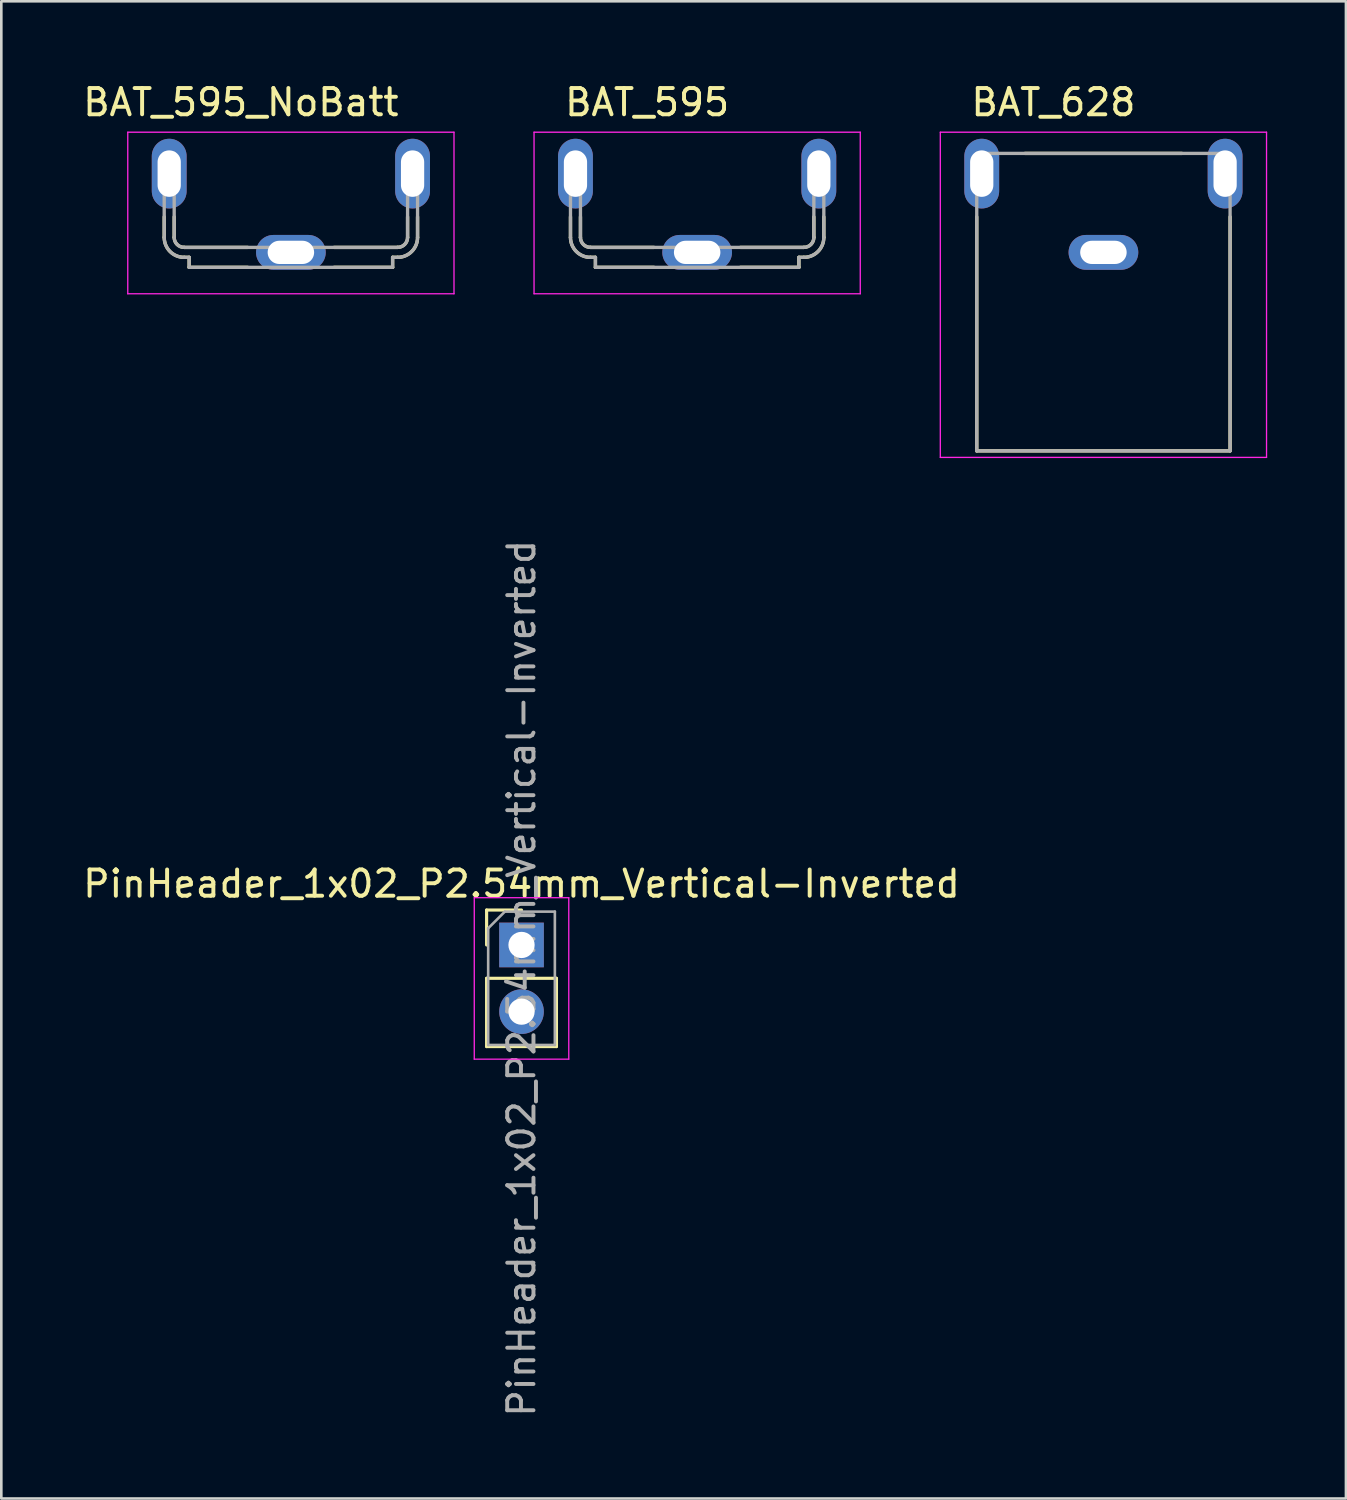
<source format=kicad_pcb>
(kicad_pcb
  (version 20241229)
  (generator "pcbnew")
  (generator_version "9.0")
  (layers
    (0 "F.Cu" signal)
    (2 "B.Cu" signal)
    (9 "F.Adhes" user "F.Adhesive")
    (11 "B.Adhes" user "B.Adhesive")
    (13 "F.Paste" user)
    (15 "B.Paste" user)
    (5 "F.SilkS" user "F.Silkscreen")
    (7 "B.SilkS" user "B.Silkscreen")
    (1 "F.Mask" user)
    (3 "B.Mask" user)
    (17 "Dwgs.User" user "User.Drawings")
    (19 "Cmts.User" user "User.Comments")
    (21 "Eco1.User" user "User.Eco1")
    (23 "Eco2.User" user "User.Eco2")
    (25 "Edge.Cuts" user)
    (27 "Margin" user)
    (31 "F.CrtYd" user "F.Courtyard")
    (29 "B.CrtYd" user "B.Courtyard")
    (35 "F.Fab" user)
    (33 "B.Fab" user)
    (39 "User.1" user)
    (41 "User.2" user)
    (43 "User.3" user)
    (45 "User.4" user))
  (footprint "BAT_595"
    (layer "F.Cu")
    (at 23.505 6.563)
    (property "Reference" "BAT_595" (at -1.905 -5.715 0) (layer "F.SilkS") (effects (font (size 1 1) (thickness 0.15))))
    (attr through_hole)
    (fp_line (start -4.825 -0.57) (end -4.825 -1.353) (stroke (width 0.127) (type solid)) (layer "F.SilkS"))
    (fp_line (start -4.445 -0.57) (end -4.445 -1.353) (stroke (width 0.127) (type solid)) (layer "F.SilkS"))
    (fp_line (start -4.065 0.19) (end -3.875 0.19) (stroke (width 0.127) (type solid)) (layer "F.SilkS"))
    (fp_line (start -3.875 0.19) (end -3.875 0.57) (stroke (width 0.127) (type solid)) (layer "F.SilkS"))
    (fp_line (start -3.875 0.57) (end -1.647 0.57) (stroke (width 0.127) (type solid)) (layer "F.SilkS"))
    (fp_line (start -1.647 -0.19) (end -4.065 -0.19) (stroke (width 0.127) (type solid)) (layer "F.SilkS"))
    (fp_line (start 1.647 0.57) (end 3.875 0.57) (stroke (width 0.127) (type solid)) (layer "F.SilkS"))
    (fp_line (start 3.875 0.19) (end 4.065 0.19) (stroke (width 0.127) (type solid)) (layer "F.SilkS"))
    (fp_line (start 3.875 0.57) (end 3.875 0.19) (stroke (width 0.127) (type solid)) (layer "F.SilkS"))
    (fp_line (start 4.065 -0.19) (end 1.647 -0.19) (stroke (width 0.127) (type solid)) (layer "F.SilkS"))
    (fp_line (start 4.445 -0.57) (end 4.445 -1.353) (stroke (width 0.127) (type solid)) (layer "F.SilkS"))
    (fp_line (start 4.825 -0.57) (end 4.825 -1.353) (stroke (width 0.127) (type solid)) (layer "F.SilkS"))
    (fp_arc (start -4.065 -0.19) (mid -4.333701 -0.301299) (end -4.445 -0.57) (stroke (width 0.127) (type solid)) (layer "F.SilkS"))
    (fp_arc (start -4.065 0.19) (mid -4.602401 -0.032599) (end -4.825 -0.57) (stroke (width 0.127) (type solid)) (layer "F.SilkS"))
    (fp_arc (start 4.445 -0.57) (mid 4.333701 -0.301299) (end 4.065 -0.19) (stroke (width 0.127) (type solid)) (layer "F.SilkS"))
    (fp_arc (start 4.825 -0.57) (mid 4.602401 -0.032599) (end 4.065 0.19) (stroke (width 0.127) (type solid)) (layer "F.SilkS"))
    (fp_line (start -6.213 -4.577) (end -6.213 1.577) (stroke (width 0.05) (type solid)) (layer "F.CrtYd"))
    (fp_line (start -6.213 1.577) (end 6.213 1.577) (stroke (width 0.05) (type solid)) (layer "F.CrtYd"))
    (fp_line (start 6.213 -4.577) (end -6.213 -4.577) (stroke (width 0.05) (type solid)) (layer "F.CrtYd"))
    (fp_line (start 6.213 1.577) (end 6.213 -4.577) (stroke (width 0.05) (type solid)) (layer "F.CrtYd"))
    (fp_line (start -4.825 -3.77) (end -4.825 -0.57) (stroke (width 0.127) (type solid)) (layer "F.Fab"))
    (fp_line (start -4.445 -3.77) (end -4.825 -3.77) (stroke (width 0.127) (type solid)) (layer "F.Fab"))
    (fp_line (start -4.445 -0.57) (end -4.445 -3.77) (stroke (width 0.127) (type solid)) (layer "F.Fab"))
    (fp_line (start -4.065 0.19) (end -3.875 0.19) (stroke (width 0.127) (type solid)) (layer "F.Fab"))
    (fp_line (start -3.875 0.19) (end -3.875 0.57) (stroke (width 0.127) (type solid)) (layer "F.Fab"))
    (fp_line (start -3.875 0.57) (end 3.875 0.57) (stroke (width 0.127) (type solid)) (layer "F.Fab"))
    (fp_line (start 3.875 0.19) (end 4.065 0.19) (stroke (width 0.127) (type solid)) (layer "F.Fab"))
    (fp_line (start 3.875 0.57) (end 3.875 0.19) (stroke (width 0.127) (type solid)) (layer "F.Fab"))
    (fp_line (start 4.065 -0.19) (end -4.065 -0.19) (stroke (width 0.127) (type solid)) (layer "F.Fab"))
    (fp_line (start 4.445 -3.77) (end 4.445 -0.57) (stroke (width 0.127) (type solid)) (layer "F.Fab"))
    (fp_line (start 4.825 -3.77) (end 4.445 -3.77) (stroke (width 0.127) (type solid)) (layer "F.Fab"))
    (fp_line (start 4.825 -0.57) (end 4.825 -3.77) (stroke (width 0.127) (type solid)) (layer "F.Fab"))
    (fp_arc (start -4.065 -0.19) (mid -4.333701 -0.301299) (end -4.445 -0.57) (stroke (width 0.127) (type solid)) (layer "F.Fab"))
    (fp_arc (start -4.065 0.19) (mid -4.602401 -0.032599) (end -4.825 -0.57) (stroke (width 0.127) (type solid)) (layer "F.Fab"))
    (fp_arc (start 4.445 -0.57) (mid 4.333701 -0.301299) (end 4.065 -0.19) (stroke (width 0.127) (type solid)) (layer "F.Fab"))
    (fp_arc (start 4.825 -0.57) (mid 4.602401 -0.032599) (end 4.065 0.19) (stroke (width 0.127) (type solid)) (layer "F.Fab"))
    (pad "P1" thru_hole oval (at -4.635 -3) (size 1.327 2.655) (drill oval 0.885 1.77) (layers "*.Cu" "*.Mask"))
    (pad "P1" thru_hole oval (at 0 0) (size 2.655 1.327) (drill oval 1.77 0.885) (layers "*.Cu" "*.Mask"))
    (pad "P1" thru_hole oval (at 4.635 -3) (size 1.327 2.655) (drill oval 0.885 1.77) (layers "*.Cu" "*.Mask")))
  (footprint "BAT_628"
    (layer "F.Cu")
    (at 38.98 6.563)
    (property "Reference" "BAT_628" (at -1.905 -5.715 0) (layer "F.SilkS") (effects (font (size 1 1) (thickness 0.15))))
    (attr through_hole)
    (fp_line (start -4.825 7.56) (end -4.825 -1.353) (stroke (width 0.127) (type solid)) (layer "F.SilkS"))
    (fp_line (start -2.987 -3.77) (end 2.987 -3.77) (stroke (width 0.127) (type solid)) (layer "F.SilkS"))
    (fp_line (start 4.825 7.56) (end -4.825 7.56) (stroke (width 0.127) (type solid)) (layer "F.SilkS"))
    (fp_line (start 4.825 7.56) (end 4.825 -1.353) (stroke (width 0.127) (type solid)) (layer "F.SilkS"))
    (fp_line (start -6.213 -4.577) (end -6.213 7.81) (stroke (width 0.05) (type solid)) (layer "F.CrtYd"))
    (fp_line (start -6.213 7.81) (end 6.213 7.81) (stroke (width 0.05) (type solid)) (layer "F.CrtYd"))
    (fp_line (start 6.213 -4.577) (end -6.213 -4.577) (stroke (width 0.05) (type solid)) (layer "F.CrtYd"))
    (fp_line (start 6.213 7.81) (end 6.213 -4.577) (stroke (width 0.05) (type solid)) (layer "F.CrtYd"))
    (fp_line (start -4.825 -3.77) (end 4.825 -3.77) (stroke (width 0.127) (type solid)) (layer "F.Fab"))
    (fp_line (start -4.825 7.56) (end -4.825 -3.77) (stroke (width 0.127) (type solid)) (layer "F.Fab"))
    (fp_line (start 4.825 -3.77) (end 4.825 7.56) (stroke (width 0.127) (type solid)) (layer "F.Fab"))
    (fp_line (start 4.825 7.56) (end -4.825 7.56) (stroke (width 0.127) (type solid)) (layer "F.Fab"))
    (pad "N1" thru_hole oval (at -4.635 -3) (size 1.327 2.655) (drill oval 0.885 1.77) (layers "*.Cu" "*.Mask"))
    (pad "N1" thru_hole oval (at 0 0) (size 2.655 1.327) (drill oval 1.77 0.885) (layers "*.Cu" "*.Mask"))
    (pad "N1" thru_hole oval (at 4.635 -3) (size 1.327 2.655) (drill oval 0.885 1.77) (layers "*.Cu" "*.Mask")))
  (footprint "BAT_595_NoBatt"
    (layer "F.Cu")
    (at 8.03 6.563)
    (property "Reference" "BAT_595_NoBatt" (at -1.905 -5.715 0) (layer "F.SilkS") (effects (font (size 1 1) (thickness 0.15))))
    (attr through_hole)
    (fp_line (start -4.825 -0.57) (end -4.825 -1.353) (stroke (width 0.127) (type solid)) (layer "F.SilkS"))
    (fp_line (start -4.445 -0.57) (end -4.445 -1.353) (stroke (width 0.127) (type solid)) (layer "F.SilkS"))
    (fp_line (start -4.065 0.19) (end -3.875 0.19) (stroke (width 0.127) (type solid)) (layer "F.SilkS"))
    (fp_line (start -3.875 0.19) (end -3.875 0.57) (stroke (width 0.127) (type solid)) (layer "F.SilkS"))
    (fp_line (start -3.875 0.57) (end -1.647 0.57) (stroke (width 0.127) (type solid)) (layer "F.SilkS"))
    (fp_line (start -1.647 -0.19) (end -4.065 -0.19) (stroke (width 0.127) (type solid)) (layer "F.SilkS"))
    (fp_line (start 1.647 0.57) (end 3.875 0.57) (stroke (width 0.127) (type solid)) (layer "F.SilkS"))
    (fp_line (start 3.875 0.19) (end 4.065 0.19) (stroke (width 0.127) (type solid)) (layer "F.SilkS"))
    (fp_line (start 3.875 0.57) (end 3.875 0.19) (stroke (width 0.127) (type solid)) (layer "F.SilkS"))
    (fp_line (start 4.065 -0.19) (end 1.647 -0.19) (stroke (width 0.127) (type solid)) (layer "F.SilkS"))
    (fp_line (start 4.445 -0.57) (end 4.445 -1.353) (stroke (width 0.127) (type solid)) (layer "F.SilkS"))
    (fp_line (start 4.825 -0.57) (end 4.825 -1.353) (stroke (width 0.127) (type solid)) (layer "F.SilkS"))
    (fp_arc (start -4.065 -0.19) (mid -4.333701 -0.301299) (end -4.445 -0.57) (stroke (width 0.127) (type solid)) (layer "F.SilkS"))
    (fp_arc (start -4.065 0.19) (mid -4.602401 -0.032599) (end -4.825 -0.57) (stroke (width 0.127) (type solid)) (layer "F.SilkS"))
    (fp_arc (start 4.445 -0.57) (mid 4.333701 -0.301299) (end 4.065 -0.19) (stroke (width 0.127) (type solid)) (layer "F.SilkS"))
    (fp_arc (start 4.825 -0.57) (mid 4.602401 -0.032599) (end 4.065 0.19) (stroke (width 0.127) (type solid)) (layer "F.SilkS"))
    (fp_line (start -6.213 -4.577) (end -6.213 1.577) (stroke (width 0.05) (type solid)) (layer "F.CrtYd"))
    (fp_line (start -6.213 1.577) (end 6.213 1.577) (stroke (width 0.05) (type solid)) (layer "F.CrtYd"))
    (fp_line (start 6.213 -4.577) (end -6.213 -4.577) (stroke (width 0.05) (type solid)) (layer "F.CrtYd"))
    (fp_line (start 6.213 1.577) (end 6.213 -4.577) (stroke (width 0.05) (type solid)) (layer "F.CrtYd"))
    (fp_line (start -4.825 -3.77) (end -4.825 -0.57) (stroke (width 0.127) (type solid)) (layer "F.Fab"))
    (fp_line (start -4.445 -3.77) (end -4.825 -3.77) (stroke (width 0.127) (type solid)) (layer "F.Fab"))
    (fp_line (start -4.445 -0.57) (end -4.445 -3.77) (stroke (width 0.127) (type solid)) (layer "F.Fab"))
    (fp_line (start -4.065 0.19) (end -3.875 0.19) (stroke (width 0.127) (type solid)) (layer "F.Fab"))
    (fp_line (start -3.875 0.19) (end -3.875 0.57) (stroke (width 0.127) (type solid)) (layer "F.Fab"))
    (fp_line (start -3.875 0.57) (end 3.875 0.57) (stroke (width 0.127) (type solid)) (layer "F.Fab"))
    (fp_line (start 3.875 0.19) (end 4.065 0.19) (stroke (width 0.127) (type solid)) (layer "F.Fab"))
    (fp_line (start 3.875 0.57) (end 3.875 0.19) (stroke (width 0.127) (type solid)) (layer "F.Fab"))
    (fp_line (start 4.065 -0.19) (end -4.065 -0.19) (stroke (width 0.127) (type solid)) (layer "F.Fab"))
    (fp_line (start 4.445 -3.77) (end 4.445 -0.57) (stroke (width 0.127) (type solid)) (layer "F.Fab"))
    (fp_line (start 4.825 -3.77) (end 4.445 -3.77) (stroke (width 0.127) (type solid)) (layer "F.Fab"))
    (fp_line (start 4.825 -0.57) (end 4.825 -3.77) (stroke (width 0.127) (type solid)) (layer "F.Fab"))
    (fp_arc (start -4.065 -0.19) (mid -4.333701 -0.301299) (end -4.445 -0.57) (stroke (width 0.127) (type solid)) (layer "F.Fab"))
    (fp_arc (start -4.065 0.19) (mid -4.602401 -0.032599) (end -4.825 -0.57) (stroke (width 0.127) (type solid)) (layer "F.Fab"))
    (fp_arc (start 4.445 -0.57) (mid 4.333701 -0.301299) (end 4.065 -0.19) (stroke (width 0.127) (type solid)) (layer "F.Fab"))
    (fp_arc (start 4.825 -0.57) (mid 4.602401 -0.032599) (end 4.065 0.19) (stroke (width 0.127) (type solid)) (layer "F.Fab"))
    (pad "P1" thru_hole oval (at -4.635 -3) (size 1.327 2.655) (drill oval 0.885 1.77) (layers "*.Cu" "*.Mask"))
    (pad "P1" thru_hole oval (at 0 0) (size 2.655 1.327) (drill oval 1.77 0.885) (layers "*.Cu" "*.Mask"))
    (pad "P1" thru_hole oval (at 4.635 -3) (size 1.327 2.655) (drill oval 0.885 1.77) (layers "*.Cu" "*.Mask")))
  (footprint "PinHeader_1x02_P2.54mm_Vertical-Inverted"
    (layer "F.Cu")
    (at 16.815 32.944)
    (property "Reference" "PinHeader_1x02_P2.54mm_Vertical-Inverted" (at 0 -2.33 0) (layer "F.SilkS") (effects (font (size 1 1) (thickness 0.15))))
    (attr through_hole)
    (fp_line (start -1.33 -1.33) (end 0 -1.33) (stroke (width 0.12) (type solid)) (layer "F.SilkS"))
    (fp_line (start -1.33 0) (end -1.33 -1.33) (stroke (width 0.12) (type solid)) (layer "F.SilkS"))
    (fp_line (start -1.33 1.27) (end -1.33 3.87) (stroke (width 0.12) (type solid)) (layer "F.SilkS"))
    (fp_line (start -1.33 1.27) (end 1.33 1.27) (stroke (width 0.12) (type solid)) (layer "F.SilkS"))
    (fp_line (start -1.33 3.87) (end 1.33 3.87) (stroke (width 0.12) (type solid)) (layer "F.SilkS"))
    (fp_line (start 1.33 1.27) (end 1.33 3.87) (stroke (width 0.12) (type solid)) (layer "F.SilkS"))
    (fp_line (start -1.8 -1.8) (end -1.8 4.35) (stroke (width 0.05) (type solid)) (layer "F.CrtYd"))
    (fp_line (start -1.8 4.35) (end 1.8 4.35) (stroke (width 0.05) (type solid)) (layer "F.CrtYd"))
    (fp_line (start 1.8 -1.8) (end -1.8 -1.8) (stroke (width 0.05) (type solid)) (layer "F.CrtYd"))
    (fp_line (start 1.8 4.35) (end 1.8 -1.8) (stroke (width 0.05) (type solid)) (layer "F.CrtYd"))
    (fp_line (start -1.27 -0.635) (end -0.635 -1.27) (stroke (width 0.1) (type solid)) (layer "F.Fab"))
    (fp_line (start -1.27 3.81) (end -1.27 -0.635) (stroke (width 0.1) (type solid)) (layer "F.Fab"))
    (fp_line (start -0.635 -1.27) (end 1.27 -1.27) (stroke (width 0.1) (type solid)) (layer "F.Fab"))
    (fp_line (start 1.27 -1.27) (end 1.27 3.81) (stroke (width 0.1) (type solid)) (layer "F.Fab"))
    (fp_line (start 1.27 3.81) (end -1.27 3.81) (stroke (width 0.1) (type solid)) (layer "F.Fab"))
    (fp_text user "${REFERENCE}" (at 0 1.27 90) (layer "F.Fab") (effects (font (size 1 1) (thickness 0.15))))
    (pad "1" thru_hole rect (at 0 0) (size 1.7 1.7) (drill 1) (layers "*.Cu" "*.Mask"))
    (pad "2" thru_hole oval (at 0 2.54) (size 1.7 1.7) (drill 1) (layers "*.Cu" "*.Mask")))
  (gr_rect
    (start -3 -3)
    (end 48.218 54.029)
    (stroke (width 0.1) (type default))
    (fill no)
    (layer "Edge.Cuts")))
</source>
